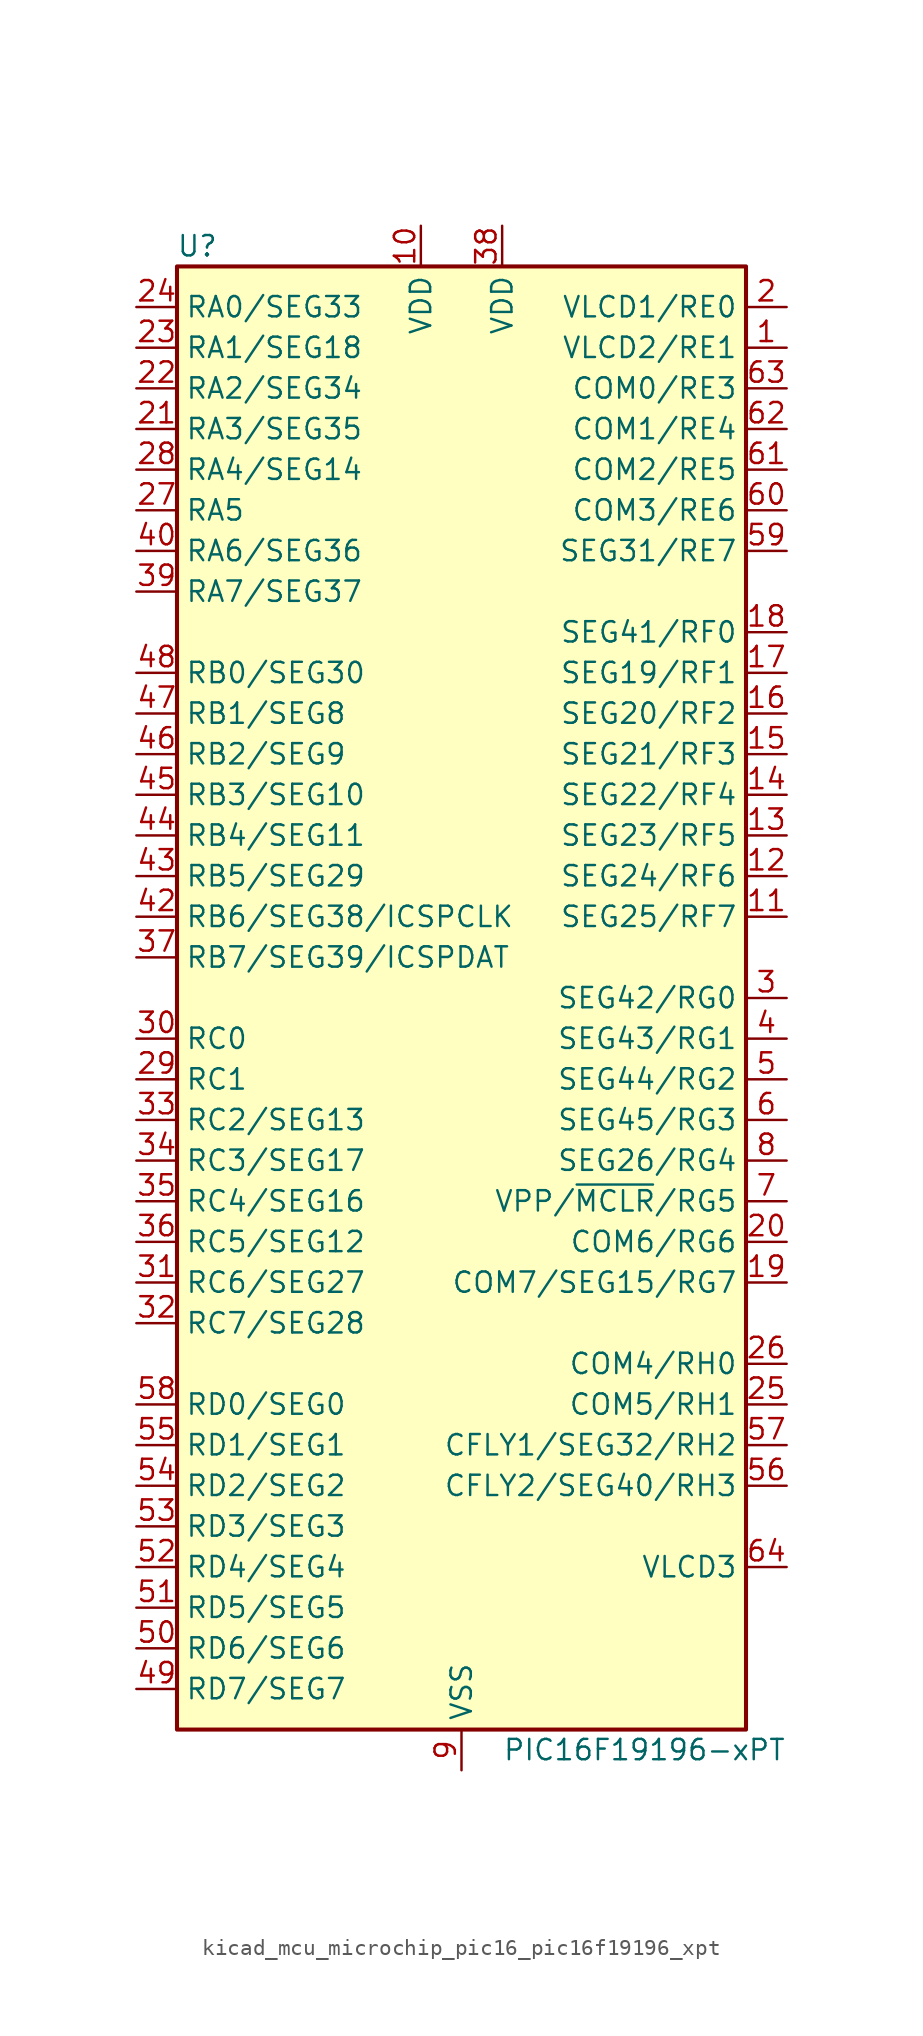
<source format=kicad_sym>
(kicad_symbol_lib
  (version 20220914)
  (generator kicad_symbol_editor)
  (symbol "kicad_mcu_microchip_pic16_pic16f19196_xpt"
    (property "Reference" "U"
      (at -16.51 46.99 0)
      (effects (font (size 1.27 1.27))))
    (property "Value" "PIC16F19196-xPT"
      (at 11.43 -46.99 0)
      (effects (font (size 1.27 1.27))))
    (symbol "kicad_mcu_microchip_pic16_pic16f19196_xpt_0_1"
      (rectangle (start -17.78 45.72) (end 17.78 -45.72) (stroke (width 0.254) (type default)) (fill (type background))))
    (symbol "kicad_mcu_microchip_pic16_pic16f19196_xpt_1_1"
      (pin bidirectional line (at 20.32 40.64 180) (length 2.54) (name "VLCD2/RE1" (effects (font (size 1.27 1.27)))) (number "1" (effects (font (size 1.27 1.27)))))
      (pin power_in line (at -2.54 48.26 270) (length 2.54) (name "VDD" (effects (font (size 1.27 1.27)))) (number "10" (effects (font (size 1.27 1.27)))))
      (pin bidirectional line (at 20.32 5.08 180) (length 2.54) (name "SEG25/RF7" (effects (font (size 1.27 1.27)))) (number "11" (effects (font (size 1.27 1.27)))))
      (pin bidirectional line (at 20.32 7.62 180) (length 2.54) (name "SEG24/RF6" (effects (font (size 1.27 1.27)))) (number "12" (effects (font (size 1.27 1.27)))))
      (pin bidirectional line (at 20.32 10.16 180) (length 2.54) (name "SEG23/RF5" (effects (font (size 1.27 1.27)))) (number "13" (effects (font (size 1.27 1.27)))))
      (pin bidirectional line (at 20.32 12.7 180) (length 2.54) (name "SEG22/RF4" (effects (font (size 1.27 1.27)))) (number "14" (effects (font (size 1.27 1.27)))))
      (pin bidirectional line (at 20.32 15.24 180) (length 2.54) (name "SEG21/RF3" (effects (font (size 1.27 1.27)))) (number "15" (effects (font (size 1.27 1.27)))))
      (pin bidirectional line (at 20.32 17.78 180) (length 2.54) (name "SEG20/RF2" (effects (font (size 1.27 1.27)))) (number "16" (effects (font (size 1.27 1.27)))))
      (pin bidirectional line (at 20.32 20.32 180) (length 2.54) (name "SEG19/RF1" (effects (font (size 1.27 1.27)))) (number "17" (effects (font (size 1.27 1.27)))))
      (pin bidirectional line (at 20.32 22.86 180) (length 2.54) (name "SEG41/RF0" (effects (font (size 1.27 1.27)))) (number "18" (effects (font (size 1.27 1.27)))))
      (pin bidirectional line (at 20.32 -17.78 180) (length 2.54) (name "COM7/SEG15/RG7" (effects (font (size 1.27 1.27)))) (number "19" (effects (font (size 1.27 1.27)))))
      (pin bidirectional line (at 20.32 43.18 180) (length 2.54) (name "VLCD1/RE0" (effects (font (size 1.27 1.27)))) (number "2" (effects (font (size 1.27 1.27)))))
      (pin bidirectional line (at 20.32 -15.24 180) (length 2.54) (name "COM6/RG6" (effects (font (size 1.27 1.27)))) (number "20" (effects (font (size 1.27 1.27)))))
      (pin bidirectional line (at -20.32 35.56 0) (length 2.54) (name "RA3/SEG35" (effects (font (size 1.27 1.27)))) (number "21" (effects (font (size 1.27 1.27)))))
      (pin bidirectional line (at -20.32 38.1 0) (length 2.54) (name "RA2/SEG34" (effects (font (size 1.27 1.27)))) (number "22" (effects (font (size 1.27 1.27)))))
      (pin bidirectional line (at -20.32 40.64 0) (length 2.54) (name "RA1/SEG18" (effects (font (size 1.27 1.27)))) (number "23" (effects (font (size 1.27 1.27)))))
      (pin bidirectional line (at -20.32 43.18 0) (length 2.54) (name "RA0/SEG33" (effects (font (size 1.27 1.27)))) (number "24" (effects (font (size 1.27 1.27)))))
      (pin bidirectional line (at 20.32 -25.4 180) (length 2.54) (name "COM5/RH1" (effects (font (size 1.27 1.27)))) (number "25" (effects (font (size 1.27 1.27)))))
      (pin bidirectional line (at 20.32 -22.86 180) (length 2.54) (name "COM4/RH0" (effects (font (size 1.27 1.27)))) (number "26" (effects (font (size 1.27 1.27)))))
      (pin bidirectional line (at -20.32 30.48 0) (length 2.54) (name "RA5" (effects (font (size 1.27 1.27)))) (number "27" (effects (font (size 1.27 1.27)))))
      (pin bidirectional line (at -20.32 33.02 0) (length 2.54) (name "RA4/SEG14" (effects (font (size 1.27 1.27)))) (number "28" (effects (font (size 1.27 1.27)))))
      (pin bidirectional line (at -20.32 -5.08 0) (length 2.54) (name "RC1" (effects (font (size 1.27 1.27)))) (number "29" (effects (font (size 1.27 1.27)))))
      (pin bidirectional line (at 20.32 0 180) (length 2.54) (name "SEG42/RG0" (effects (font (size 1.27 1.27)))) (number "3" (effects (font (size 1.27 1.27)))))
      (pin bidirectional line (at -20.32 -2.54 0) (length 2.54) (name "RC0" (effects (font (size 1.27 1.27)))) (number "30" (effects (font (size 1.27 1.27)))))
      (pin bidirectional line (at -20.32 -17.78 0) (length 2.54) (name "RC6/SEG27" (effects (font (size 1.27 1.27)))) (number "31" (effects (font (size 1.27 1.27)))))
      (pin bidirectional line (at -20.32 -20.32 0) (length 2.54) (name "RC7/SEG28" (effects (font (size 1.27 1.27)))) (number "32" (effects (font (size 1.27 1.27)))))
      (pin bidirectional line (at -20.32 -7.62 0) (length 2.54) (name "RC2/SEG13" (effects (font (size 1.27 1.27)))) (number "33" (effects (font (size 1.27 1.27)))))
      (pin bidirectional line (at -20.32 -10.16 0) (length 2.54) (name "RC3/SEG17" (effects (font (size 1.27 1.27)))) (number "34" (effects (font (size 1.27 1.27)))))
      (pin bidirectional line (at -20.32 -12.7 0) (length 2.54) (name "RC4/SEG16" (effects (font (size 1.27 1.27)))) (number "35" (effects (font (size 1.27 1.27)))))
      (pin bidirectional line (at -20.32 -15.24 0) (length 2.54) (name "RC5/SEG12" (effects (font (size 1.27 1.27)))) (number "36" (effects (font (size 1.27 1.27)))))
      (pin bidirectional line (at -20.32 2.54 0) (length 2.54) (name "RB7/SEG39/ICSPDAT" (effects (font (size 1.27 1.27)))) (number "37" (effects (font (size 1.27 1.27)))))
      (pin power_in line (at 2.54 48.26 270) (length 2.54) (name "VDD" (effects (font (size 1.27 1.27)))) (number "38" (effects (font (size 1.27 1.27)))))
      (pin bidirectional line (at -20.32 25.4 0) (length 2.54) (name "RA7/SEG37" (effects (font (size 1.27 1.27)))) (number "39" (effects (font (size 1.27 1.27)))))
      (pin bidirectional line (at 20.32 -2.54 180) (length 2.54) (name "SEG43/RG1" (effects (font (size 1.27 1.27)))) (number "4" (effects (font (size 1.27 1.27)))))
      (pin bidirectional line (at -20.32 27.94 0) (length 2.54) (name "RA6/SEG36" (effects (font (size 1.27 1.27)))) (number "40" (effects (font (size 1.27 1.27)))))
      (pin passive line (at 0 -48.26 90) (length 2.54) hide (name "VSS" (effects (font (size 1.27 1.27)))) (number "41" (effects (font (size 1.27 1.27)))))
      (pin bidirectional line (at -20.32 5.08 0) (length 2.54) (name "RB6/SEG38/ICSPCLK" (effects (font (size 1.27 1.27)))) (number "42" (effects (font (size 1.27 1.27)))))
      (pin bidirectional line (at -20.32 7.62 0) (length 2.54) (name "RB5/SEG29" (effects (font (size 1.27 1.27)))) (number "43" (effects (font (size 1.27 1.27)))))
      (pin bidirectional line (at -20.32 10.16 0) (length 2.54) (name "RB4/SEG11" (effects (font (size 1.27 1.27)))) (number "44" (effects (font (size 1.27 1.27)))))
      (pin bidirectional line (at -20.32 12.7 0) (length 2.54) (name "RB3/SEG10" (effects (font (size 1.27 1.27)))) (number "45" (effects (font (size 1.27 1.27)))))
      (pin bidirectional line (at -20.32 15.24 0) (length 2.54) (name "RB2/SEG9" (effects (font (size 1.27 1.27)))) (number "46" (effects (font (size 1.27 1.27)))))
      (pin bidirectional line (at -20.32 17.78 0) (length 2.54) (name "RB1/SEG8" (effects (font (size 1.27 1.27)))) (number "47" (effects (font (size 1.27 1.27)))))
      (pin bidirectional line (at -20.32 20.32 0) (length 2.54) (name "RB0/SEG30" (effects (font (size 1.27 1.27)))) (number "48" (effects (font (size 1.27 1.27)))))
      (pin bidirectional line (at -20.32 -43.18 0) (length 2.54) (name "RD7/SEG7" (effects (font (size 1.27 1.27)))) (number "49" (effects (font (size 1.27 1.27)))))
      (pin bidirectional line (at 20.32 -5.08 180) (length 2.54) (name "SEG44/RG2" (effects (font (size 1.27 1.27)))) (number "5" (effects (font (size 1.27 1.27)))))
      (pin bidirectional line (at -20.32 -40.64 0) (length 2.54) (name "RD6/SEG6" (effects (font (size 1.27 1.27)))) (number "50" (effects (font (size 1.27 1.27)))))
      (pin bidirectional line (at -20.32 -38.1 0) (length 2.54) (name "RD5/SEG5" (effects (font (size 1.27 1.27)))) (number "51" (effects (font (size 1.27 1.27)))))
      (pin bidirectional line (at -20.32 -35.56 0) (length 2.54) (name "RD4/SEG4" (effects (font (size 1.27 1.27)))) (number "52" (effects (font (size 1.27 1.27)))))
      (pin bidirectional line (at -20.32 -33.02 0) (length 2.54) (name "RD3/SEG3" (effects (font (size 1.27 1.27)))) (number "53" (effects (font (size 1.27 1.27)))))
      (pin bidirectional line (at -20.32 -30.48 0) (length 2.54) (name "RD2/SEG2" (effects (font (size 1.27 1.27)))) (number "54" (effects (font (size 1.27 1.27)))))
      (pin bidirectional line (at -20.32 -27.94 0) (length 2.54) (name "RD1/SEG1" (effects (font (size 1.27 1.27)))) (number "55" (effects (font (size 1.27 1.27)))))
      (pin bidirectional line (at 20.32 -30.48 180) (length 2.54) (name "CFLY2/SEG40/RH3" (effects (font (size 1.27 1.27)))) (number "56" (effects (font (size 1.27 1.27)))))
      (pin bidirectional line (at 20.32 -27.94 180) (length 2.54) (name "CFLY1/SEG32/RH2" (effects (font (size 1.27 1.27)))) (number "57" (effects (font (size 1.27 1.27)))))
      (pin bidirectional line (at -20.32 -25.4 0) (length 2.54) (name "RD0/SEG0" (effects (font (size 1.27 1.27)))) (number "58" (effects (font (size 1.27 1.27)))))
      (pin bidirectional line (at 20.32 27.94 180) (length 2.54) (name "SEG31/RE7" (effects (font (size 1.27 1.27)))) (number "59" (effects (font (size 1.27 1.27)))))
      (pin bidirectional line (at 20.32 -7.62 180) (length 2.54) (name "SEG45/RG3" (effects (font (size 1.27 1.27)))) (number "6" (effects (font (size 1.27 1.27)))))
      (pin bidirectional line (at 20.32 30.48 180) (length 2.54) (name "COM3/RE6" (effects (font (size 1.27 1.27)))) (number "60" (effects (font (size 1.27 1.27)))))
      (pin bidirectional line (at 20.32 33.02 180) (length 2.54) (name "COM2/RE5" (effects (font (size 1.27 1.27)))) (number "61" (effects (font (size 1.27 1.27)))))
      (pin bidirectional line (at 20.32 35.56 180) (length 2.54) (name "COM1/RE4" (effects (font (size 1.27 1.27)))) (number "62" (effects (font (size 1.27 1.27)))))
      (pin bidirectional line (at 20.32 38.1 180) (length 2.54) (name "COM0/RE3" (effects (font (size 1.27 1.27)))) (number "63" (effects (font (size 1.27 1.27)))))
      (pin input line (at 20.32 -35.56 180) (length 2.54) (name "VLCD3" (effects (font (size 1.27 1.27)))) (number "64" (effects (font (size 1.27 1.27)))))
      (pin bidirectional line (at 20.32 -12.7 180) (length 2.54) (name "VPP/~{MCLR}/RG5" (effects (font (size 1.27 1.27)))) (number "7" (effects (font (size 1.27 1.27)))))
      (pin bidirectional line (at 20.32 -10.16 180) (length 2.54) (name "SEG26/RG4" (effects (font (size 1.27 1.27)))) (number "8" (effects (font (size 1.27 1.27)))))
      (pin power_in line (at 0 -48.26 90) (length 2.54) (name "VSS" (effects (font (size 1.27 1.27)))) (number "9" (effects (font (size 1.27 1.27))))))))
</source>
